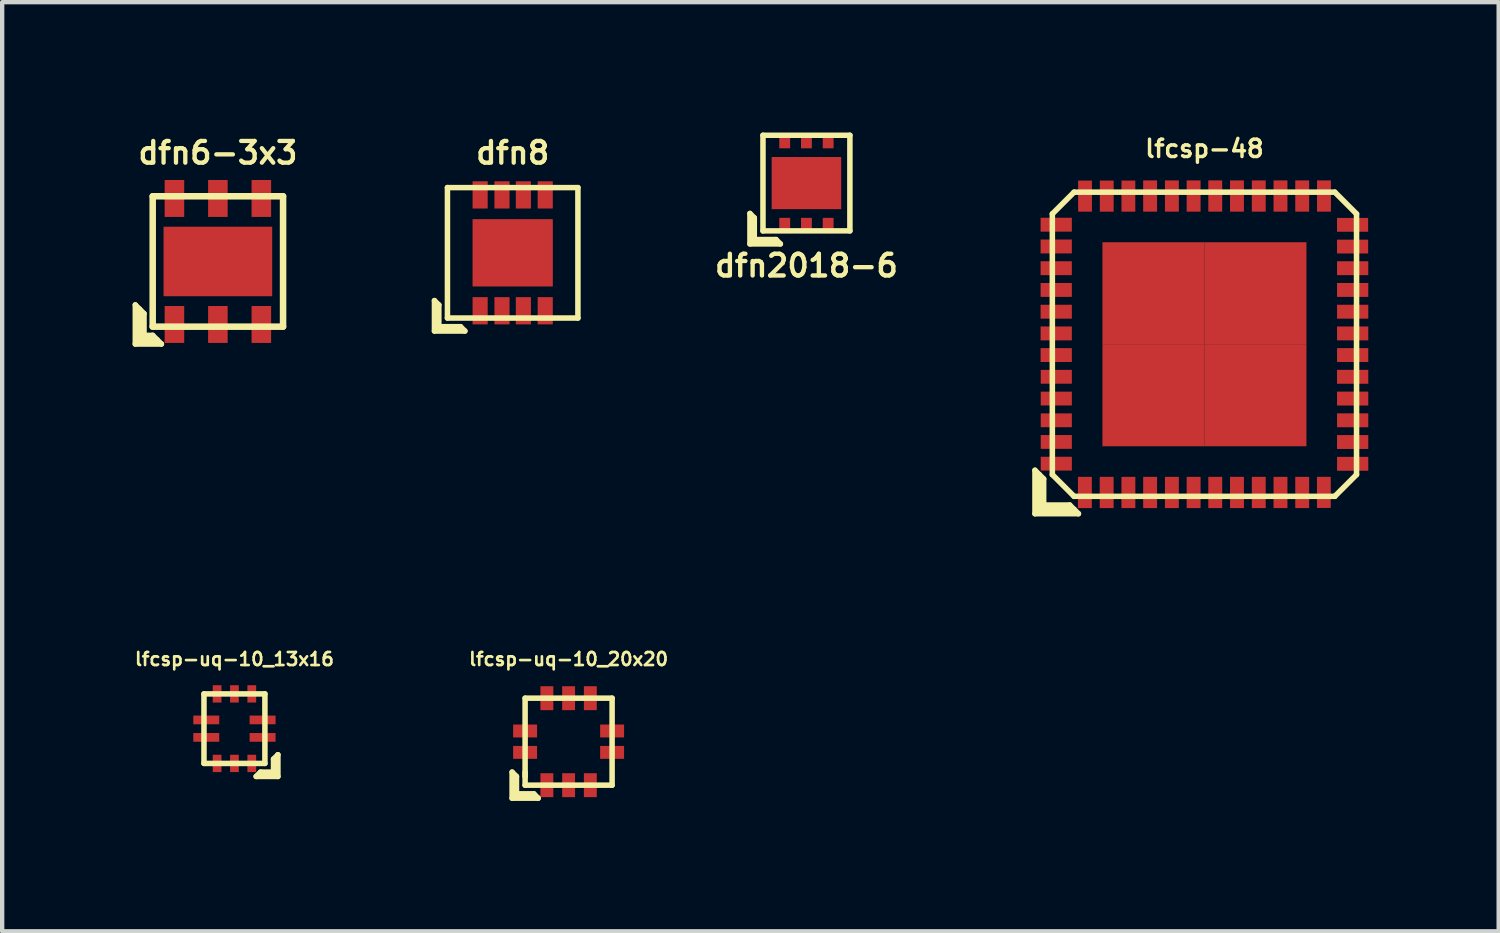
<source format=kicad_pcb>
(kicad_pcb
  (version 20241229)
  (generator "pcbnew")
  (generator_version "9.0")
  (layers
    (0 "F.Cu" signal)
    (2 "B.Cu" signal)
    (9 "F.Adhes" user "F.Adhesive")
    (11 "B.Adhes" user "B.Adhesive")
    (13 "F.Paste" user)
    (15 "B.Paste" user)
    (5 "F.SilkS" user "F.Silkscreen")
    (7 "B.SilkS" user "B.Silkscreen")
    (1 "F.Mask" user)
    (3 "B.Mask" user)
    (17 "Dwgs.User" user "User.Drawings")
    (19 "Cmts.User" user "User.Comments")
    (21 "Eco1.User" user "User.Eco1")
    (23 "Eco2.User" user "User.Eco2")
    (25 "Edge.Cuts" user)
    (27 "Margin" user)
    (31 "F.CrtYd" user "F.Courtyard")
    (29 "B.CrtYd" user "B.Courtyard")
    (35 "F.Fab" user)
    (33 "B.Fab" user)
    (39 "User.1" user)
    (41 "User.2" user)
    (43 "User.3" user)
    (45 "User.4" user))
  (footprint "lfcsp-48"
    (layer "F.Cu")
    (at 24.667 4.872)
    (property "Reference" "lfcsp-48" (at 0 -4.501 0) (layer "F.SilkS") (effects (font (size 0.399 0.399) (thickness 0.079))))
    (attr through_hole)
    (fp_line (start -3.9 2.9) (end -3.7 3.1) (stroke (width 0.127) (type solid)) (layer "F.SilkS"))
    (fp_line (start -3.9 3.9) (end -3.9 2.9) (stroke (width 0.127) (type solid)) (layer "F.SilkS"))
    (fp_line (start -3.8 3) (end -3.8 3.8) (stroke (width 0.127) (type solid)) (layer "F.SilkS"))
    (fp_line (start -3.8 3.8) (end -3 3.8) (stroke (width 0.127) (type solid)) (layer "F.SilkS"))
    (fp_line (start -3.7 3.7) (end -3.7 3.1) (stroke (width 0.127) (type solid)) (layer "F.SilkS"))
    (fp_line (start -3.5 -3) (end -3.5 3) (stroke (width 0.127) (type solid)) (layer "F.SilkS"))
    (fp_line (start -3.5 3) (end -3 3.5) (stroke (width 0.127) (type solid)) (layer "F.SilkS"))
    (fp_line (start -3.1 3.7) (end -3.7 3.7) (stroke (width 0.127) (type solid)) (layer "F.SilkS"))
    (fp_line (start -3.1 3.7) (end -2.9 3.9) (stroke (width 0.127) (type solid)) (layer "F.SilkS"))
    (fp_line (start -3 -3.5) (end -3.5 -3) (stroke (width 0.127) (type solid)) (layer "F.SilkS"))
    (fp_line (start -3 3.5) (end 3 3.5) (stroke (width 0.127) (type solid)) (layer "F.SilkS"))
    (fp_line (start -2.9 3.9) (end -3.9 3.9) (stroke (width 0.127) (type solid)) (layer "F.SilkS"))
    (fp_line (start 3 -3.5) (end -3 -3.5) (stroke (width 0.127) (type solid)) (layer "F.SilkS"))
    (fp_line (start 3 3.5) (end 3.5 3) (stroke (width 0.127) (type solid)) (layer "F.SilkS"))
    (fp_line (start 3.5 -3) (end 3 -3.5) (stroke (width 0.127) (type solid)) (layer "F.SilkS"))
    (fp_line (start 3.5 3) (end 3.5 -3) (stroke (width 0.127) (type solid)) (layer "F.SilkS"))
    (pad "1" smd rect (at -2.751 3.411) (size 0.32 0.719) (layers "F.Cu" "F.Mask" "F.Paste"))
    (pad "2" smd rect (at -2.25 3.411) (size 0.32 0.719) (layers "F.Cu" "F.Mask" "F.Paste"))
    (pad "3" smd rect (at -1.75 3.411) (size 0.32 0.719) (layers "F.Cu" "F.Mask" "F.Paste"))
    (pad "4" smd rect (at -1.25 3.411) (size 0.32 0.719) (layers "F.Cu" "F.Mask" "F.Paste"))
    (pad "5" smd rect (at -0.749 3.411) (size 0.32 0.719) (layers "F.Cu" "F.Mask" "F.Paste"))
    (pad "6" smd rect (at -0.249 3.411) (size 0.32 0.719) (layers "F.Cu" "F.Mask" "F.Paste"))
    (pad "7" smd rect (at 0.249 3.411) (size 0.32 0.719) (layers "F.Cu" "F.Mask" "F.Paste"))
    (pad "8" smd rect (at 0.749 3.411) (size 0.32 0.719) (layers "F.Cu" "F.Mask" "F.Paste"))
    (pad "9" smd rect (at 1.25 3.411) (size 0.32 0.719) (layers "F.Cu" "F.Mask" "F.Paste"))
    (pad "10" smd rect (at 1.75 3.411) (size 0.32 0.719) (layers "F.Cu" "F.Mask" "F.Paste"))
    (pad "11" smd rect (at 2.25 3.411) (size 0.32 0.719) (layers "F.Cu" "F.Mask" "F.Paste"))
    (pad "12" smd rect (at 2.748 3.409) (size 0.318 0.716) (layers "F.Cu" "F.Mask" "F.Paste"))
    (pad "13" smd rect (at 3.411 2.751) (size 0.719 0.32) (layers "F.Cu" "F.Mask" "F.Paste"))
    (pad "14" smd rect (at 3.411 2.25) (size 0.719 0.32) (layers "F.Cu" "F.Mask" "F.Paste"))
    (pad "15" smd rect (at 3.411 1.75) (size 0.719 0.32) (layers "F.Cu" "F.Mask" "F.Paste"))
    (pad "16" smd rect (at 3.411 1.25) (size 0.719 0.32) (layers "F.Cu" "F.Mask" "F.Paste"))
    (pad "17" smd rect (at 3.411 0.749) (size 0.719 0.32) (layers "F.Cu" "F.Mask" "F.Paste"))
    (pad "18" smd rect (at 3.411 0.249) (size 0.719 0.32) (layers "F.Cu" "F.Mask" "F.Paste"))
    (pad "19" smd rect (at 3.411 -0.249) (size 0.719 0.32) (layers "F.Cu" "F.Mask" "F.Paste"))
    (pad "20" smd rect (at 3.411 -0.749) (size 0.719 0.32) (layers "F.Cu" "F.Mask" "F.Paste"))
    (pad "21" smd rect (at 3.411 -1.25) (size 0.719 0.32) (layers "F.Cu" "F.Mask" "F.Paste"))
    (pad "22" smd rect (at 3.411 -1.75) (size 0.719 0.32) (layers "F.Cu" "F.Mask" "F.Paste"))
    (pad "23" smd rect (at 3.409 -2.248) (size 0.716 0.318) (layers "F.Cu" "F.Mask" "F.Paste"))
    (pad "24" smd rect (at 3.409 -2.748) (size 0.716 0.318) (layers "F.Cu" "F.Mask" "F.Paste"))
    (pad "25" smd rect (at 2.751 -3.411) (size 0.32 0.719) (layers "F.Cu" "F.Mask" "F.Paste"))
    (pad "26" smd rect (at 2.25 -3.411) (size 0.32 0.719) (layers "F.Cu" "F.Mask" "F.Paste"))
    (pad "27" smd rect (at 1.75 -3.411) (size 0.32 0.719) (layers "F.Cu" "F.Mask" "F.Paste"))
    (pad "28" smd rect (at 1.25 -3.411) (size 0.32 0.719) (layers "F.Cu" "F.Mask" "F.Paste"))
    (pad "29" smd rect (at 0.749 -3.411) (size 0.32 0.719) (layers "F.Cu" "F.Mask" "F.Paste"))
    (pad "30" smd rect (at 0.249 -3.411) (size 0.32 0.719) (layers "F.Cu" "F.Mask" "F.Paste"))
    (pad "31" smd rect (at -0.249 -3.411) (size 0.32 0.719) (layers "F.Cu" "F.Mask" "F.Paste"))
    (pad "32" smd rect (at -0.749 -3.411) (size 0.32 0.719) (layers "F.Cu" "F.Mask" "F.Paste"))
    (pad "33" smd rect (at -1.25 -3.411) (size 0.32 0.719) (layers "F.Cu" "F.Mask" "F.Paste"))
    (pad "34" smd rect (at -1.75 -3.409) (size 0.318 0.716) (layers "F.Cu" "F.Mask" "F.Paste"))
    (pad "35" smd rect (at -2.248 -3.409) (size 0.318 0.716) (layers "F.Cu" "F.Mask" "F.Paste"))
    (pad "36" smd rect (at -2.748 -3.409) (size 0.318 0.716) (layers "F.Cu" "F.Mask" "F.Paste"))
    (pad "37" smd rect (at -3.411 -2.751) (size 0.719 0.32) (layers "F.Cu" "F.Mask" "F.Paste"))
    (pad "38" smd rect (at -3.411 -2.25) (size 0.719 0.32) (layers "F.Cu" "F.Mask" "F.Paste"))
    (pad "39" smd rect (at -3.411 -1.75) (size 0.719 0.32) (layers "F.Cu" "F.Mask" "F.Paste"))
    (pad "40" smd rect (at -3.411 -1.25) (size 0.719 0.32) (layers "F.Cu" "F.Mask" "F.Paste"))
    (pad "41" smd rect (at -3.411 -0.749) (size 0.719 0.32) (layers "F.Cu" "F.Mask" "F.Paste"))
    (pad "42" smd rect (at -3.411 -0.249) (size 0.719 0.32) (layers "F.Cu" "F.Mask" "F.Paste"))
    (pad "43" smd rect (at -3.411 0.249) (size 0.719 0.32) (layers "F.Cu" "F.Mask" "F.Paste"))
    (pad "44" smd rect (at -3.409 0.749) (size 0.716 0.318) (layers "F.Cu" "F.Mask" "F.Paste"))
    (pad "45" smd rect (at -3.409 1.25) (size 0.716 0.318) (layers "F.Cu" "F.Mask" "F.Paste"))
    (pad "46" smd rect (at -3.409 1.75) (size 0.716 0.318) (layers "F.Cu" "F.Mask" "F.Paste"))
    (pad "47" smd rect (at -3.409 2.248) (size 0.716 0.318) (layers "F.Cu" "F.Mask" "F.Paste"))
    (pad "48" smd rect (at -3.409 2.748) (size 0.716 0.318) (layers "F.Cu" "F.Mask" "F.Paste"))
    (pad "49" smd rect (at -1.173 -1.173) (size 2.349 2.349) (layers "F.Cu" "F.Mask" "F.Paste"))
    (pad "49" smd rect (at -1.173 1.173) (size 2.349 2.349) (layers "F.Cu" "F.Mask" "F.Paste"))
    (pad "49" smd rect (at 1.173 -1.173) (size 2.349 2.349) (layers "F.Cu" "F.Mask" "F.Paste"))
    (pad "49" smd rect (at 1.173 1.173) (size 2.349 2.349) (layers "F.Cu" "F.Mask" "F.Paste")))
  (footprint "dfn2018-6"
    (layer "F.Cu")
    (at 15.508 1.163)
    (property "Reference" "dfn2018-6" (at 0 1.9 0) (layer "F.SilkS") (effects (font (size 0.5 0.5) (thickness 0.1))))
    (attr through_hole)
    (fp_line (start -1.3 0.7) (end -1.3 1.4) (stroke (width 0.127) (type solid)) (layer "F.SilkS"))
    (fp_line (start -1.3 0.7) (end -1.2 0.8) (stroke (width 0.127) (type solid)) (layer "F.SilkS"))
    (fp_line (start -1.3 1.4) (end -0.6 1.4) (stroke (width 0.127) (type solid)) (layer "F.SilkS"))
    (fp_line (start -1.2 1.3) (end -1.2 0.8) (stroke (width 0.127) (type solid)) (layer "F.SilkS"))
    (fp_line (start -1 -1.1) (end 1 -1.1) (stroke (width 0.127) (type solid)) (layer "F.SilkS"))
    (fp_line (start -1 1.1) (end -1 -1.1) (stroke (width 0.127) (type solid)) (layer "F.SilkS"))
    (fp_line (start -0.7 1.3) (end -1.2 1.3) (stroke (width 0.127) (type solid)) (layer "F.SilkS"))
    (fp_line (start -0.7 1.3) (end -0.6 1.4) (stroke (width 0.127) (type solid)) (layer "F.SilkS"))
    (fp_line (start 1 -1.1) (end 1 1.1) (stroke (width 0.127) (type solid)) (layer "F.SilkS"))
    (fp_line (start 1 1.1) (end -1 1.1) (stroke (width 0.127) (type solid)) (layer "F.SilkS"))
    (pad "1" smd rect (at -0.5 0.975) (size 0.25 0.35) (layers "F.Cu" "F.Mask" "F.Paste"))
    (pad "2" smd rect (at 0 0.975) (size 0.25 0.35) (layers "F.Cu" "F.Mask" "F.Paste"))
    (pad "3" smd rect (at 0.5 0.975) (size 0.25 0.35) (layers "F.Cu" "F.Mask" "F.Paste"))
    (pad "4" smd rect (at 0.5 -0.975) (size 0.25 0.35) (layers "F.Cu" "F.Mask" "F.Paste"))
    (pad "5" smd rect (at 0 -0.975) (size 0.25 0.35) (layers "F.Cu" "F.Mask" "F.Paste"))
    (pad "6" smd rect (at -0.5 -0.975) (size 0.25 0.35) (layers "F.Cu" "F.Mask" "F.Paste"))
    (pad "7" smd rect (at 0 0) (size 1.6 1.2) (layers "F.Cu" "F.Mask" "F.Paste")))
  (footprint "dfn8"
    (layer "F.Cu")
    (at 8.748 2.768)
    (property "Reference" "dfn8" (at 0 -2.301 0) (layer "F.SilkS") (effects (font (size 0.5 0.5) (thickness 0.099))))
    (attr through_hole)
    (fp_line (start -1.8 1.1) (end -1.8 1.8) (stroke (width 0.127) (type solid)) (layer "F.SilkS"))
    (fp_line (start -1.7 1.2) (end -1.8 1.1) (stroke (width 0.127) (type solid)) (layer "F.SilkS"))
    (fp_line (start -1.7 1.7) (end -1.7 1.2) (stroke (width 0.127) (type solid)) (layer "F.SilkS"))
    (fp_line (start -1.7 1.7) (end -1.2 1.7) (stroke (width 0.127) (type solid)) (layer "F.SilkS"))
    (fp_line (start -1.501 -1.501) (end 1.501 -1.501) (stroke (width 0.127) (type solid)) (layer "F.SilkS"))
    (fp_line (start -1.501 1.501) (end -1.501 -1.501) (stroke (width 0.127) (type solid)) (layer "F.SilkS"))
    (fp_line (start -1.2 1.7) (end -1.1 1.8) (stroke (width 0.127) (type solid)) (layer "F.SilkS"))
    (fp_line (start -1.1 1.8) (end -1.8 1.8) (stroke (width 0.127) (type solid)) (layer "F.SilkS"))
    (fp_line (start 1.501 -1.501) (end 1.501 1.501) (stroke (width 0.127) (type solid)) (layer "F.SilkS"))
    (fp_line (start 1.501 1.501) (end -1.501 1.501) (stroke (width 0.127) (type solid)) (layer "F.SilkS"))
    (pad "1" smd rect (at -0.749 1.333) (size 0.348 0.627) (layers "F.Cu" "F.Mask" "F.Paste"))
    (pad "2" smd rect (at -0.246 1.333) (size 0.348 0.627) (layers "F.Cu" "F.Mask" "F.Paste"))
    (pad "3" smd rect (at 0.246 1.333) (size 0.348 0.627) (layers "F.Cu" "F.Mask" "F.Paste"))
    (pad "4" smd rect (at 0.749 1.333) (size 0.348 0.627) (layers "F.Cu" "F.Mask" "F.Paste"))
    (pad "5" smd rect (at 0.749 -1.333) (size 0.348 0.627) (layers "F.Cu" "F.Mask" "F.Paste"))
    (pad "6" smd rect (at 0.246 -1.333) (size 0.348 0.627) (layers "F.Cu" "F.Mask" "F.Paste"))
    (pad "7" smd rect (at -0.246 -1.333) (size 0.348 0.627) (layers "F.Cu" "F.Mask" "F.Paste"))
    (pad "8" smd rect (at -0.749 -1.333) (size 0.348 0.627) (layers "F.Cu" "F.Mask" "F.Paste"))
    (pad "9" smd rect (at 0 0) (size 1.847 1.549) (layers "F.Cu" "F.Mask" "F.Paste")))
  (footprint "lfcsp-uq-10_13x16"
    (layer "F.Cu")
    (at 2.345 13.718)
    (property "Reference" "lfcsp-uq-10_13x16" (at 0 -1.6 0) (layer "F.SilkS") (effects (font (size 0.3 0.3) (thickness 0.061))))
    (attr through_hole)
    (fp_line (start -0.701 -0.8) (end -0.701 0.8) (stroke (width 0.127) (type solid)) (layer "F.SilkS"))
    (fp_line (start -0.701 0.8) (end 0.701 0.8) (stroke (width 0.127) (type solid)) (layer "F.SilkS"))
    (fp_line (start 0.5 1.1) (end 1 1.1) (stroke (width 0.127) (type solid)) (layer "F.SilkS"))
    (fp_line (start 0.6 1) (end 0.5 1.1) (stroke (width 0.127) (type solid)) (layer "F.SilkS"))
    (fp_line (start 0.6 1) (end 0.9 1) (stroke (width 0.127) (type solid)) (layer "F.SilkS"))
    (fp_line (start 0.701 -0.8) (end -0.701 -0.8) (stroke (width 0.127) (type solid)) (layer "F.SilkS"))
    (fp_line (start 0.701 0.8) (end 0.701 -0.8) (stroke (width 0.127) (type solid)) (layer "F.SilkS"))
    (fp_line (start 0.9 1) (end 0.9 0.7) (stroke (width 0.127) (type solid)) (layer "F.SilkS"))
    (fp_line (start 1 0.6) (end 0.9 0.7) (stroke (width 0.127) (type solid)) (layer "F.SilkS"))
    (fp_line (start 1 1.1) (end 1 0.6) (stroke (width 0.127) (type solid)) (layer "F.SilkS"))
    (pad "1" smd rect (at 0.399 0.8) (size 0.201 0.399) (layers "F.Cu" "F.Mask" "F.Paste"))
    (pad "2" smd rect (at 0.648 0.201) (size 0.597 0.201) (layers "F.Cu" "F.Mask" "F.Paste"))
    (pad "3" smd rect (at 0.648 -0.201) (size 0.597 0.201) (layers "F.Cu" "F.Mask" "F.Paste"))
    (pad "4" smd rect (at 0.399 -0.8) (size 0.201 0.399) (layers "F.Cu" "F.Mask" "F.Paste"))
    (pad "5" smd rect (at 0 -0.8) (size 0.201 0.399) (layers "F.Cu" "F.Mask" "F.Paste"))
    (pad "6" smd rect (at -0.399 -0.8) (size 0.201 0.399) (layers "F.Cu" "F.Mask" "F.Paste"))
    (pad "7" smd rect (at -0.648 -0.201) (size 0.597 0.201) (layers "F.Cu" "F.Mask" "F.Paste"))
    (pad "8" smd rect (at -0.648 0.201) (size 0.597 0.201) (layers "F.Cu" "F.Mask" "F.Paste"))
    (pad "9" smd rect (at -0.399 0.8) (size 0.201 0.399) (layers "F.Cu" "F.Mask" "F.Paste"))
    (pad "10" smd rect (at 0 0.8) (size 0.201 0.399) (layers "F.Cu" "F.Mask" "F.Paste")))
  (footprint "lfcsp-uq-10_20x20"
    (layer "F.Cu")
    (at 10.035 14.018)
    (property "Reference" "lfcsp-uq-10_20x20" (at 0 -1.9 0) (layer "F.SilkS") (effects (font (size 0.3 0.3) (thickness 0.061))))
    (attr through_hole)
    (fp_line (start -1.3 0.7) (end -1.3 1.3) (stroke (width 0.127) (type solid)) (layer "F.SilkS"))
    (fp_line (start -1.3 1.3) (end -0.7 1.3) (stroke (width 0.127) (type solid)) (layer "F.SilkS"))
    (fp_line (start -1.2 0.8) (end -1.3 0.7) (stroke (width 0.127) (type solid)) (layer "F.SilkS"))
    (fp_line (start -1.2 1.2) (end -1.2 0.8) (stroke (width 0.127) (type solid)) (layer "F.SilkS"))
    (fp_line (start -1.001 -1.001) (end 1.001 -1.001) (stroke (width 0.127) (type solid)) (layer "F.SilkS"))
    (fp_line (start -1.001 0.701) (end -1.001 0.8) (stroke (width 0.127) (type solid)) (layer "F.SilkS"))
    (fp_line (start -1.001 1.001) (end -1.001 -1.001) (stroke (width 0.127) (type solid)) (layer "F.SilkS"))
    (fp_line (start -0.8 1.2) (end -1.2 1.2) (stroke (width 0.127) (type solid)) (layer "F.SilkS"))
    (fp_line (start -0.7 1.3) (end -0.8 1.2) (stroke (width 0.127) (type solid)) (layer "F.SilkS"))
    (fp_line (start 1.001 -1.001) (end 1.001 1.001) (stroke (width 0.127) (type solid)) (layer "F.SilkS"))
    (fp_line (start 1.001 1.001) (end -1.001 1.001) (stroke (width 0.127) (type solid)) (layer "F.SilkS"))
    (pad "1" smd rect (at -0.5 1.001) (size 0.297 0.551) (layers "F.Cu" "F.Mask" "F.Paste"))
    (pad "2" smd rect (at 0 1.001) (size 0.297 0.551) (layers "F.Cu" "F.Mask" "F.Paste"))
    (pad "3" smd rect (at 0.5 1.001) (size 0.297 0.551) (layers "F.Cu" "F.Mask" "F.Paste"))
    (pad "4" smd rect (at 1.001 0.246) (size 0.551 0.297) (layers "F.Cu" "F.Mask" "F.Paste"))
    (pad "5" smd rect (at 1.001 -0.246) (size 0.551 0.297) (layers "F.Cu" "F.Mask" "F.Paste"))
    (pad "6" smd rect (at 0.5 -1.001) (size 0.297 0.551) (layers "F.Cu" "F.Mask" "F.Paste"))
    (pad "7" smd rect (at 0 -1.001) (size 0.297 0.551) (layers "F.Cu" "F.Mask" "F.Paste"))
    (pad "8" smd rect (at -0.5 -1.001) (size 0.297 0.551) (layers "F.Cu" "F.Mask" "F.Paste"))
    (pad "9" smd rect (at -1.001 -0.246) (size 0.551 0.297) (layers "F.Cu" "F.Mask" "F.Paste"))
    (pad "10" smd rect (at -1.001 0.246) (size 0.551 0.297) (layers "F.Cu" "F.Mask" "F.Paste")))
  (footprint "dfn6-3x3"
    (layer "F.Cu")
    (at 1.964 2.967)
    (property "Reference" "dfn6-3x3" (at 0 -2.5 0) (layer "F.SilkS") (effects (font (size 0.5 0.5) (thickness 0.099))))
    (attr through_hole)
    (fp_line (start -1.9 1) (end -1.9 1.9) (stroke (width 0.127) (type solid)) (layer "F.SilkS"))
    (fp_line (start -1.8 1.8) (end -1.8 1.1) (stroke (width 0.127) (type solid)) (layer "F.SilkS"))
    (fp_line (start -1.7 1.2) (end -1.9 1) (stroke (width 0.127) (type solid)) (layer "F.SilkS"))
    (fp_line (start -1.7 1.7) (end -1.7 1.2) (stroke (width 0.127) (type solid)) (layer "F.SilkS"))
    (fp_line (start -1.7 1.7) (end -1.5 1.7) (stroke (width 0.127) (type solid)) (layer "F.SilkS"))
    (fp_line (start -1.5 -1.5) (end 1.5 -1.5) (stroke (width 0.15) (type solid)) (layer "F.SilkS"))
    (fp_line (start -1.5 1.5) (end -1.5 -1.5) (stroke (width 0.15) (type solid)) (layer "F.SilkS"))
    (fp_line (start -1.5 1.5) (end 1.5 1.5) (stroke (width 0.15) (type solid)) (layer "F.SilkS"))
    (fp_line (start -1.5 1.7) (end -1.3 1.9) (stroke (width 0.127) (type solid)) (layer "F.SilkS"))
    (fp_line (start -1.4 1.8) (end -1.8 1.8) (stroke (width 0.127) (type solid)) (layer "F.SilkS"))
    (fp_line (start -1.3 1.9) (end -1.9 1.9) (stroke (width 0.127) (type solid)) (layer "F.SilkS"))
    (fp_line (start 1.5 -1.5) (end 1.5 1.5) (stroke (width 0.15) (type solid)) (layer "F.SilkS"))
    (pad "1" smd rect (at -1 1.45) (size 0.45 0.85) (layers "F.Cu" "F.Mask" "F.Paste"))
    (pad "2" smd rect (at 0 1.45) (size 0.45 0.85) (layers "F.Cu" "F.Mask" "F.Paste"))
    (pad "3" smd rect (at 1 1.45) (size 0.45 0.85) (layers "F.Cu" "F.Mask" "F.Paste"))
    (pad "4" smd rect (at 1 -1.45) (size 0.45 0.85) (layers "F.Cu" "F.Mask" "F.Paste"))
    (pad "5" smd rect (at 0 -1.45) (size 0.45 0.85) (layers "F.Cu" "F.Mask" "F.Paste"))
    (pad "6" smd rect (at -1 -1.45) (size 0.45 0.85) (layers "F.Cu" "F.Mask" "F.Paste"))
    (pad "7" smd rect (at 0 0) (size 2.5 1.6) (layers "F.Cu" "F.Mask" "F.Paste")))
  (gr_rect
    (start -3 -3)
    (end 31.438 18.382)
    (stroke (width 0.1) (type default))
    (fill no)
    (layer "Edge.Cuts")))
</source>
